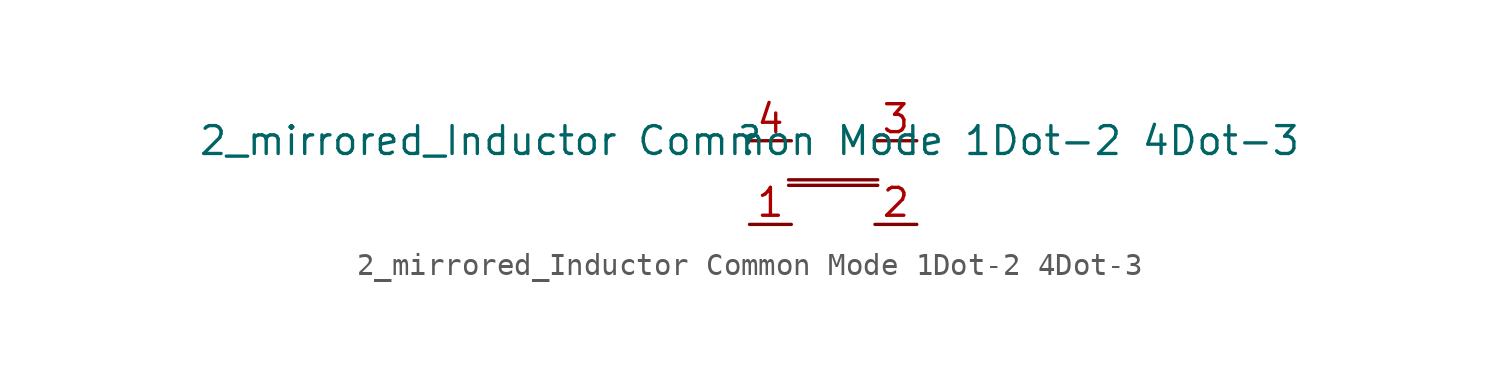
<source format=kicad_sym>
(kicad_symbol_lib
  (version 20220331)
  (generator kicad_symbol_editor)
  (symbol "2_mirrored_Inductor Common Mode 1Dot-2 4Dot-3"
    (property "Reference" ""
      (at 0 0 0)
      (effects (font (size 1.27 1.27))))
    (property "Value" "2_mirrored_Inductor Common Mode 1Dot-2 4Dot-3"
      (at 0 0 0)
      (effects (font (size 1.27 1.27))))
    (symbol "2_mirrored_Inductor Common Mode 1Dot-2 4Dot-3_1_0"
      (polyline (pts (xy 1.778 -1.778) (xy 5.842 -1.778)) (stroke (width 0) (type solid)) (fill (type none)))
      (polyline (pts (xy 5.842 -2.032) (xy 1.778 -2.032)) (stroke (width 0) (type solid)) (fill (type none)))
      (pin passive line (at 0 -3.81 0) (length 1.905) (name "1" (effects (font (size 0 0)))) (number "1" (effects (font (size 1.27 1.27)))))
      (pin passive line (at 7.62 -3.81 180) (length 1.905) (name "2" (effects (font (size 0 0)))) (number "2" (effects (font (size 1.27 1.27)))))
      (pin passive line (at 7.62 0 180) (length 1.905) (name "3" (effects (font (size 0 0)))) (number "3" (effects (font (size 1.27 1.27)))))
      (pin passive line (at 0 0 0) (length 1.905) (name "4" (effects (font (size 0 0)))) (number "4" (effects (font (size 1.27 1.27))))))))
</source>
